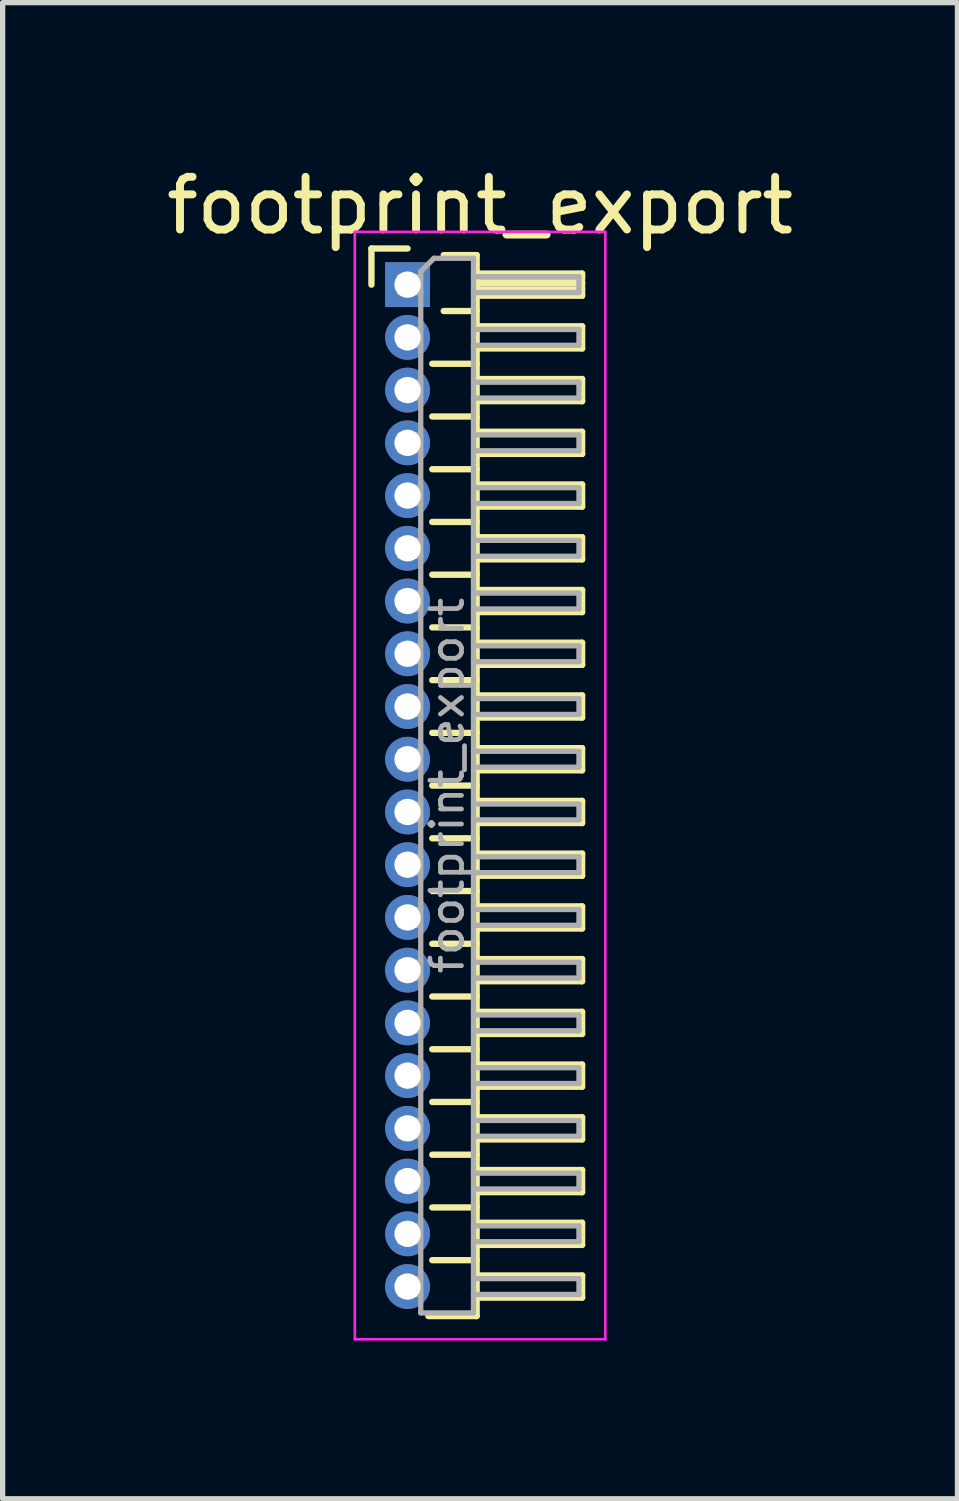
<source format=kicad_pcb>
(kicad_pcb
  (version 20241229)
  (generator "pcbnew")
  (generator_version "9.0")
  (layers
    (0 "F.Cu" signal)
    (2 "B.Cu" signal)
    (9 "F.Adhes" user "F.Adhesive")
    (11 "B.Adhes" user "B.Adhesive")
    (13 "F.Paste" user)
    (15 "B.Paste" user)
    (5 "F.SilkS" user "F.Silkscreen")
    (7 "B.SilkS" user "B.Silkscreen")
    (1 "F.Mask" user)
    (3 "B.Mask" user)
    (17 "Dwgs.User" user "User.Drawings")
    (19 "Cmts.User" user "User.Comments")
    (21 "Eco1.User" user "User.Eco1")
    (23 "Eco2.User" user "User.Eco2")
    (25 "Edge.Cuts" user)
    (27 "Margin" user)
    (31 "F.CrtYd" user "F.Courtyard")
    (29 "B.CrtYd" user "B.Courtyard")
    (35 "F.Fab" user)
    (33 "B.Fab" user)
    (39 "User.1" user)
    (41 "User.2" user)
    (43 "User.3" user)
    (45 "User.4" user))
  (footprint "footprint_export"
    (layer "F.Cu")
    (at 4.679 2.348)
    (property "Reference" "footprint_export" (at 1.375 -1.5 0) (layer "F.SilkS") (effects (font (size 1 1) (thickness 0.15))))
    (attr through_hole)
    (fp_line (start -0.685 -0.685) (end 0 -0.685) (stroke (width 0.12) (type solid)) (layer "F.SilkS"))
    (fp_line (start -0.685 0) (end -0.685 -0.685) (stroke (width 0.12) (type solid)) (layer "F.SilkS"))
    (fp_line (start 0.468 1.5) (end 1.31 1.5) (stroke (width 0.12) (type solid)) (layer "F.SilkS"))
    (fp_line (start 0.468 2.5) (end 1.31 2.5) (stroke (width 0.12) (type solid)) (layer "F.SilkS"))
    (fp_line (start 0.468 3.5) (end 1.31 3.5) (stroke (width 0.12) (type solid)) (layer "F.SilkS"))
    (fp_line (start 0.468 4.5) (end 1.31 4.5) (stroke (width 0.12) (type solid)) (layer "F.SilkS"))
    (fp_line (start 0.468 5.5) (end 1.31 5.5) (stroke (width 0.12) (type solid)) (layer "F.SilkS"))
    (fp_line (start 0.468 6.5) (end 1.31 6.5) (stroke (width 0.12) (type solid)) (layer "F.SilkS"))
    (fp_line (start 0.468 7.5) (end 1.31 7.5) (stroke (width 0.12) (type solid)) (layer "F.SilkS"))
    (fp_line (start 0.468 8.5) (end 1.31 8.5) (stroke (width 0.12) (type solid)) (layer "F.SilkS"))
    (fp_line (start 0.468 9.5) (end 1.31 9.5) (stroke (width 0.12) (type solid)) (layer "F.SilkS"))
    (fp_line (start 0.468 10.5) (end 1.31 10.5) (stroke (width 0.12) (type solid)) (layer "F.SilkS"))
    (fp_line (start 0.468 11.5) (end 1.31 11.5) (stroke (width 0.12) (type solid)) (layer "F.SilkS"))
    (fp_line (start 0.468 12.5) (end 1.31 12.5) (stroke (width 0.12) (type solid)) (layer "F.SilkS"))
    (fp_line (start 0.468 13.5) (end 1.31 13.5) (stroke (width 0.12) (type solid)) (layer "F.SilkS"))
    (fp_line (start 0.468 14.5) (end 1.31 14.5) (stroke (width 0.12) (type solid)) (layer "F.SilkS"))
    (fp_line (start 0.468 15.5) (end 1.31 15.5) (stroke (width 0.12) (type solid)) (layer "F.SilkS"))
    (fp_line (start 0.468 16.5) (end 1.31 16.5) (stroke (width 0.12) (type solid)) (layer "F.SilkS"))
    (fp_line (start 0.468 17.5) (end 1.31 17.5) (stroke (width 0.12) (type solid)) (layer "F.SilkS"))
    (fp_line (start 0.468 18.5) (end 1.31 18.5) (stroke (width 0.12) (type solid)) (layer "F.SilkS"))
    (fp_line (start 0.685 -0.56) (end 1.31 -0.56) (stroke (width 0.12) (type solid)) (layer "F.SilkS"))
    (fp_line (start 0.685 0.5) (end 1.31 0.5) (stroke (width 0.12) (type solid)) (layer "F.SilkS"))
    (fp_line (start 1.31 -0.56) (end 1.31 19.56) (stroke (width 0.12) (type solid)) (layer "F.SilkS"))
    (fp_line (start 1.31 -0.21) (end 3.31 -0.21) (stroke (width 0.12) (type solid)) (layer "F.SilkS"))
    (fp_line (start 1.31 -0.15) (end 3.31 -0.15) (stroke (width 0.12) (type solid)) (layer "F.SilkS"))
    (fp_line (start 1.31 -0.03) (end 3.31 -0.03) (stroke (width 0.12) (type solid)) (layer "F.SilkS"))
    (fp_line (start 1.31 0.09) (end 3.31 0.09) (stroke (width 0.12) (type solid)) (layer "F.SilkS"))
    (fp_line (start 1.31 0.79) (end 3.31 0.79) (stroke (width 0.12) (type solid)) (layer "F.SilkS"))
    (fp_line (start 1.31 1.79) (end 3.31 1.79) (stroke (width 0.12) (type solid)) (layer "F.SilkS"))
    (fp_line (start 1.31 2.79) (end 3.31 2.79) (stroke (width 0.12) (type solid)) (layer "F.SilkS"))
    (fp_line (start 1.31 3.79) (end 3.31 3.79) (stroke (width 0.12) (type solid)) (layer "F.SilkS"))
    (fp_line (start 1.31 4.79) (end 3.31 4.79) (stroke (width 0.12) (type solid)) (layer "F.SilkS"))
    (fp_line (start 1.31 5.79) (end 3.31 5.79) (stroke (width 0.12) (type solid)) (layer "F.SilkS"))
    (fp_line (start 1.31 6.79) (end 3.31 6.79) (stroke (width 0.12) (type solid)) (layer "F.SilkS"))
    (fp_line (start 1.31 7.79) (end 3.31 7.79) (stroke (width 0.12) (type solid)) (layer "F.SilkS"))
    (fp_line (start 1.31 8.79) (end 3.31 8.79) (stroke (width 0.12) (type solid)) (layer "F.SilkS"))
    (fp_line (start 1.31 9.79) (end 3.31 9.79) (stroke (width 0.12) (type solid)) (layer "F.SilkS"))
    (fp_line (start 1.31 10.79) (end 3.31 10.79) (stroke (width 0.12) (type solid)) (layer "F.SilkS"))
    (fp_line (start 1.31 11.79) (end 3.31 11.79) (stroke (width 0.12) (type solid)) (layer "F.SilkS"))
    (fp_line (start 1.31 12.79) (end 3.31 12.79) (stroke (width 0.12) (type solid)) (layer "F.SilkS"))
    (fp_line (start 1.31 13.79) (end 3.31 13.79) (stroke (width 0.12) (type solid)) (layer "F.SilkS"))
    (fp_line (start 1.31 14.79) (end 3.31 14.79) (stroke (width 0.12) (type solid)) (layer "F.SilkS"))
    (fp_line (start 1.31 15.79) (end 3.31 15.79) (stroke (width 0.12) (type solid)) (layer "F.SilkS"))
    (fp_line (start 1.31 16.79) (end 3.31 16.79) (stroke (width 0.12) (type solid)) (layer "F.SilkS"))
    (fp_line (start 1.31 17.79) (end 3.31 17.79) (stroke (width 0.12) (type solid)) (layer "F.SilkS"))
    (fp_line (start 1.31 18.79) (end 3.31 18.79) (stroke (width 0.12) (type solid)) (layer "F.SilkS"))
    (fp_line (start 1.31 19.56) (end 0.394 19.56) (stroke (width 0.12) (type solid)) (layer "F.SilkS"))
    (fp_line (start 3.31 -0.21) (end 3.31 0.21) (stroke (width 0.12) (type solid)) (layer "F.SilkS"))
    (fp_line (start 3.31 0.21) (end 1.31 0.21) (stroke (width 0.12) (type solid)) (layer "F.SilkS"))
    (fp_line (start 3.31 0.79) (end 3.31 1.21) (stroke (width 0.12) (type solid)) (layer "F.SilkS"))
    (fp_line (start 3.31 1.21) (end 1.31 1.21) (stroke (width 0.12) (type solid)) (layer "F.SilkS"))
    (fp_line (start 3.31 1.79) (end 3.31 2.21) (stroke (width 0.12) (type solid)) (layer "F.SilkS"))
    (fp_line (start 3.31 2.21) (end 1.31 2.21) (stroke (width 0.12) (type solid)) (layer "F.SilkS"))
    (fp_line (start 3.31 2.79) (end 3.31 3.21) (stroke (width 0.12) (type solid)) (layer "F.SilkS"))
    (fp_line (start 3.31 3.21) (end 1.31 3.21) (stroke (width 0.12) (type solid)) (layer "F.SilkS"))
    (fp_line (start 3.31 3.79) (end 3.31 4.21) (stroke (width 0.12) (type solid)) (layer "F.SilkS"))
    (fp_line (start 3.31 4.21) (end 1.31 4.21) (stroke (width 0.12) (type solid)) (layer "F.SilkS"))
    (fp_line (start 3.31 4.79) (end 3.31 5.21) (stroke (width 0.12) (type solid)) (layer "F.SilkS"))
    (fp_line (start 3.31 5.21) (end 1.31 5.21) (stroke (width 0.12) (type solid)) (layer "F.SilkS"))
    (fp_line (start 3.31 5.79) (end 3.31 6.21) (stroke (width 0.12) (type solid)) (layer "F.SilkS"))
    (fp_line (start 3.31 6.21) (end 1.31 6.21) (stroke (width 0.12) (type solid)) (layer "F.SilkS"))
    (fp_line (start 3.31 6.79) (end 3.31 7.21) (stroke (width 0.12) (type solid)) (layer "F.SilkS"))
    (fp_line (start 3.31 7.21) (end 1.31 7.21) (stroke (width 0.12) (type solid)) (layer "F.SilkS"))
    (fp_line (start 3.31 7.79) (end 3.31 8.21) (stroke (width 0.12) (type solid)) (layer "F.SilkS"))
    (fp_line (start 3.31 8.21) (end 1.31 8.21) (stroke (width 0.12) (type solid)) (layer "F.SilkS"))
    (fp_line (start 3.31 8.79) (end 3.31 9.21) (stroke (width 0.12) (type solid)) (layer "F.SilkS"))
    (fp_line (start 3.31 9.21) (end 1.31 9.21) (stroke (width 0.12) (type solid)) (layer "F.SilkS"))
    (fp_line (start 3.31 9.79) (end 3.31 10.21) (stroke (width 0.12) (type solid)) (layer "F.SilkS"))
    (fp_line (start 3.31 10.21) (end 1.31 10.21) (stroke (width 0.12) (type solid)) (layer "F.SilkS"))
    (fp_line (start 3.31 10.79) (end 3.31 11.21) (stroke (width 0.12) (type solid)) (layer "F.SilkS"))
    (fp_line (start 3.31 11.21) (end 1.31 11.21) (stroke (width 0.12) (type solid)) (layer "F.SilkS"))
    (fp_line (start 3.31 11.79) (end 3.31 12.21) (stroke (width 0.12) (type solid)) (layer "F.SilkS"))
    (fp_line (start 3.31 12.21) (end 1.31 12.21) (stroke (width 0.12) (type solid)) (layer "F.SilkS"))
    (fp_line (start 3.31 12.79) (end 3.31 13.21) (stroke (width 0.12) (type solid)) (layer "F.SilkS"))
    (fp_line (start 3.31 13.21) (end 1.31 13.21) (stroke (width 0.12) (type solid)) (layer "F.SilkS"))
    (fp_line (start 3.31 13.79) (end 3.31 14.21) (stroke (width 0.12) (type solid)) (layer "F.SilkS"))
    (fp_line (start 3.31 14.21) (end 1.31 14.21) (stroke (width 0.12) (type solid)) (layer "F.SilkS"))
    (fp_line (start 3.31 14.79) (end 3.31 15.21) (stroke (width 0.12) (type solid)) (layer "F.SilkS"))
    (fp_line (start 3.31 15.21) (end 1.31 15.21) (stroke (width 0.12) (type solid)) (layer "F.SilkS"))
    (fp_line (start 3.31 15.79) (end 3.31 16.21) (stroke (width 0.12) (type solid)) (layer "F.SilkS"))
    (fp_line (start 3.31 16.21) (end 1.31 16.21) (stroke (width 0.12) (type solid)) (layer "F.SilkS"))
    (fp_line (start 3.31 16.79) (end 3.31 17.21) (stroke (width 0.12) (type solid)) (layer "F.SilkS"))
    (fp_line (start 3.31 17.21) (end 1.31 17.21) (stroke (width 0.12) (type solid)) (layer "F.SilkS"))
    (fp_line (start 3.31 17.79) (end 3.31 18.21) (stroke (width 0.12) (type solid)) (layer "F.SilkS"))
    (fp_line (start 3.31 18.21) (end 1.31 18.21) (stroke (width 0.12) (type solid)) (layer "F.SilkS"))
    (fp_line (start 3.31 18.79) (end 3.31 19.21) (stroke (width 0.12) (type solid)) (layer "F.SilkS"))
    (fp_line (start 3.31 19.21) (end 1.31 19.21) (stroke (width 0.12) (type solid)) (layer "F.SilkS"))
    (fp_line (start -1 -1) (end -1 20) (stroke (width 0.05) (type solid)) (layer "F.CrtYd"))
    (fp_line (start -1 20) (end 3.75 20) (stroke (width 0.05) (type solid)) (layer "F.CrtYd"))
    (fp_line (start 3.75 -1) (end -1 -1) (stroke (width 0.05) (type solid)) (layer "F.CrtYd"))
    (fp_line (start 3.75 20) (end 3.75 -1) (stroke (width 0.05) (type solid)) (layer "F.CrtYd"))
    (fp_line (start -0.15 -0.15) (end -0.15 0.15) (stroke (width 0.1) (type solid)) (layer "F.Fab"))
    (fp_line (start -0.15 -0.15) (end 0.25 -0.15) (stroke (width 0.1) (type solid)) (layer "F.Fab"))
    (fp_line (start -0.15 0.15) (end 0.25 0.15) (stroke (width 0.1) (type solid)) (layer "F.Fab"))
    (fp_line (start -0.15 0.85) (end -0.15 1.15) (stroke (width 0.1) (type solid)) (layer "F.Fab"))
    (fp_line (start -0.15 0.85) (end 0.25 0.85) (stroke (width 0.1) (type solid)) (layer "F.Fab"))
    (fp_line (start -0.15 1.15) (end 0.25 1.15) (stroke (width 0.1) (type solid)) (layer "F.Fab"))
    (fp_line (start -0.15 1.85) (end -0.15 2.15) (stroke (width 0.1) (type solid)) (layer "F.Fab"))
    (fp_line (start -0.15 1.85) (end 0.25 1.85) (stroke (width 0.1) (type solid)) (layer "F.Fab"))
    (fp_line (start -0.15 2.15) (end 0.25 2.15) (stroke (width 0.1) (type solid)) (layer "F.Fab"))
    (fp_line (start -0.15 2.85) (end -0.15 3.15) (stroke (width 0.1) (type solid)) (layer "F.Fab"))
    (fp_line (start -0.15 2.85) (end 0.25 2.85) (stroke (width 0.1) (type solid)) (layer "F.Fab"))
    (fp_line (start -0.15 3.15) (end 0.25 3.15) (stroke (width 0.1) (type solid)) (layer "F.Fab"))
    (fp_line (start -0.15 3.85) (end -0.15 4.15) (stroke (width 0.1) (type solid)) (layer "F.Fab"))
    (fp_line (start -0.15 3.85) (end 0.25 3.85) (stroke (width 0.1) (type solid)) (layer "F.Fab"))
    (fp_line (start -0.15 4.15) (end 0.25 4.15) (stroke (width 0.1) (type solid)) (layer "F.Fab"))
    (fp_line (start -0.15 4.85) (end -0.15 5.15) (stroke (width 0.1) (type solid)) (layer "F.Fab"))
    (fp_line (start -0.15 4.85) (end 0.25 4.85) (stroke (width 0.1) (type solid)) (layer "F.Fab"))
    (fp_line (start -0.15 5.15) (end 0.25 5.15) (stroke (width 0.1) (type solid)) (layer "F.Fab"))
    (fp_line (start -0.15 5.85) (end -0.15 6.15) (stroke (width 0.1) (type solid)) (layer "F.Fab"))
    (fp_line (start -0.15 5.85) (end 0.25 5.85) (stroke (width 0.1) (type solid)) (layer "F.Fab"))
    (fp_line (start -0.15 6.15) (end 0.25 6.15) (stroke (width 0.1) (type solid)) (layer "F.Fab"))
    (fp_line (start -0.15 6.85) (end -0.15 7.15) (stroke (width 0.1) (type solid)) (layer "F.Fab"))
    (fp_line (start -0.15 6.85) (end 0.25 6.85) (stroke (width 0.1) (type solid)) (layer "F.Fab"))
    (fp_line (start -0.15 7.15) (end 0.25 7.15) (stroke (width 0.1) (type solid)) (layer "F.Fab"))
    (fp_line (start -0.15 7.85) (end -0.15 8.15) (stroke (width 0.1) (type solid)) (layer "F.Fab"))
    (fp_line (start -0.15 7.85) (end 0.25 7.85) (stroke (width 0.1) (type solid)) (layer "F.Fab"))
    (fp_line (start -0.15 8.15) (end 0.25 8.15) (stroke (width 0.1) (type solid)) (layer "F.Fab"))
    (fp_line (start -0.15 8.85) (end -0.15 9.15) (stroke (width 0.1) (type solid)) (layer "F.Fab"))
    (fp_line (start -0.15 8.85) (end 0.25 8.85) (stroke (width 0.1) (type solid)) (layer "F.Fab"))
    (fp_line (start -0.15 9.15) (end 0.25 9.15) (stroke (width 0.1) (type solid)) (layer "F.Fab"))
    (fp_line (start -0.15 9.85) (end -0.15 10.15) (stroke (width 0.1) (type solid)) (layer "F.Fab"))
    (fp_line (start -0.15 9.85) (end 0.25 9.85) (stroke (width 0.1) (type solid)) (layer "F.Fab"))
    (fp_line (start -0.15 10.15) (end 0.25 10.15) (stroke (width 0.1) (type solid)) (layer "F.Fab"))
    (fp_line (start -0.15 10.85) (end -0.15 11.15) (stroke (width 0.1) (type solid)) (layer "F.Fab"))
    (fp_line (start -0.15 10.85) (end 0.25 10.85) (stroke (width 0.1) (type solid)) (layer "F.Fab"))
    (fp_line (start -0.15 11.15) (end 0.25 11.15) (stroke (width 0.1) (type solid)) (layer "F.Fab"))
    (fp_line (start -0.15 11.85) (end -0.15 12.15) (stroke (width 0.1) (type solid)) (layer "F.Fab"))
    (fp_line (start -0.15 11.85) (end 0.25 11.85) (stroke (width 0.1) (type solid)) (layer "F.Fab"))
    (fp_line (start -0.15 12.15) (end 0.25 12.15) (stroke (width 0.1) (type solid)) (layer "F.Fab"))
    (fp_line (start -0.15 12.85) (end -0.15 13.15) (stroke (width 0.1) (type solid)) (layer "F.Fab"))
    (fp_line (start -0.15 12.85) (end 0.25 12.85) (stroke (width 0.1) (type solid)) (layer "F.Fab"))
    (fp_line (start -0.15 13.15) (end 0.25 13.15) (stroke (width 0.1) (type solid)) (layer "F.Fab"))
    (fp_line (start -0.15 13.85) (end -0.15 14.15) (stroke (width 0.1) (type solid)) (layer "F.Fab"))
    (fp_line (start -0.15 13.85) (end 0.25 13.85) (stroke (width 0.1) (type solid)) (layer "F.Fab"))
    (fp_line (start -0.15 14.15) (end 0.25 14.15) (stroke (width 0.1) (type solid)) (layer "F.Fab"))
    (fp_line (start -0.15 14.85) (end -0.15 15.15) (stroke (width 0.1) (type solid)) (layer "F.Fab"))
    (fp_line (start -0.15 14.85) (end 0.25 14.85) (stroke (width 0.1) (type solid)) (layer "F.Fab"))
    (fp_line (start -0.15 15.15) (end 0.25 15.15) (stroke (width 0.1) (type solid)) (layer "F.Fab"))
    (fp_line (start -0.15 15.85) (end -0.15 16.15) (stroke (width 0.1) (type solid)) (layer "F.Fab"))
    (fp_line (start -0.15 15.85) (end 0.25 15.85) (stroke (width 0.1) (type solid)) (layer "F.Fab"))
    (fp_line (start -0.15 16.15) (end 0.25 16.15) (stroke (width 0.1) (type solid)) (layer "F.Fab"))
    (fp_line (start -0.15 16.85) (end -0.15 17.15) (stroke (width 0.1) (type solid)) (layer "F.Fab"))
    (fp_line (start -0.15 16.85) (end 0.25 16.85) (stroke (width 0.1) (type solid)) (layer "F.Fab"))
    (fp_line (start -0.15 17.15) (end 0.25 17.15) (stroke (width 0.1) (type solid)) (layer "F.Fab"))
    (fp_line (start -0.15 17.85) (end -0.15 18.15) (stroke (width 0.1) (type solid)) (layer "F.Fab"))
    (fp_line (start -0.15 17.85) (end 0.25 17.85) (stroke (width 0.1) (type solid)) (layer "F.Fab"))
    (fp_line (start -0.15 18.15) (end 0.25 18.15) (stroke (width 0.1) (type solid)) (layer "F.Fab"))
    (fp_line (start -0.15 18.85) (end -0.15 19.15) (stroke (width 0.1) (type solid)) (layer "F.Fab"))
    (fp_line (start -0.15 18.85) (end 0.25 18.85) (stroke (width 0.1) (type solid)) (layer "F.Fab"))
    (fp_line (start -0.15 19.15) (end 0.25 19.15) (stroke (width 0.1) (type solid)) (layer "F.Fab"))
    (fp_line (start 0.25 -0.25) (end 0.5 -0.5) (stroke (width 0.1) (type solid)) (layer "F.Fab"))
    (fp_line (start 0.25 19.5) (end 0.25 -0.25) (stroke (width 0.1) (type solid)) (layer "F.Fab"))
    (fp_line (start 0.5 -0.5) (end 1.25 -0.5) (stroke (width 0.1) (type solid)) (layer "F.Fab"))
    (fp_line (start 1.25 -0.5) (end 1.25 19.5) (stroke (width 0.1) (type solid)) (layer "F.Fab"))
    (fp_line (start 1.25 -0.15) (end 3.25 -0.15) (stroke (width 0.1) (type solid)) (layer "F.Fab"))
    (fp_line (start 1.25 0.15) (end 3.25 0.15) (stroke (width 0.1) (type solid)) (layer "F.Fab"))
    (fp_line (start 1.25 0.85) (end 3.25 0.85) (stroke (width 0.1) (type solid)) (layer "F.Fab"))
    (fp_line (start 1.25 1.15) (end 3.25 1.15) (stroke (width 0.1) (type solid)) (layer "F.Fab"))
    (fp_line (start 1.25 1.85) (end 3.25 1.85) (stroke (width 0.1) (type solid)) (layer "F.Fab"))
    (fp_line (start 1.25 2.15) (end 3.25 2.15) (stroke (width 0.1) (type solid)) (layer "F.Fab"))
    (fp_line (start 1.25 2.85) (end 3.25 2.85) (stroke (width 0.1) (type solid)) (layer "F.Fab"))
    (fp_line (start 1.25 3.15) (end 3.25 3.15) (stroke (width 0.1) (type solid)) (layer "F.Fab"))
    (fp_line (start 1.25 3.85) (end 3.25 3.85) (stroke (width 0.1) (type solid)) (layer "F.Fab"))
    (fp_line (start 1.25 4.15) (end 3.25 4.15) (stroke (width 0.1) (type solid)) (layer "F.Fab"))
    (fp_line (start 1.25 4.85) (end 3.25 4.85) (stroke (width 0.1) (type solid)) (layer "F.Fab"))
    (fp_line (start 1.25 5.15) (end 3.25 5.15) (stroke (width 0.1) (type solid)) (layer "F.Fab"))
    (fp_line (start 1.25 5.85) (end 3.25 5.85) (stroke (width 0.1) (type solid)) (layer "F.Fab"))
    (fp_line (start 1.25 6.15) (end 3.25 6.15) (stroke (width 0.1) (type solid)) (layer "F.Fab"))
    (fp_line (start 1.25 6.85) (end 3.25 6.85) (stroke (width 0.1) (type solid)) (layer "F.Fab"))
    (fp_line (start 1.25 7.15) (end 3.25 7.15) (stroke (width 0.1) (type solid)) (layer "F.Fab"))
    (fp_line (start 1.25 7.85) (end 3.25 7.85) (stroke (width 0.1) (type solid)) (layer "F.Fab"))
    (fp_line (start 1.25 8.15) (end 3.25 8.15) (stroke (width 0.1) (type solid)) (layer "F.Fab"))
    (fp_line (start 1.25 8.85) (end 3.25 8.85) (stroke (width 0.1) (type solid)) (layer "F.Fab"))
    (fp_line (start 1.25 9.15) (end 3.25 9.15) (stroke (width 0.1) (type solid)) (layer "F.Fab"))
    (fp_line (start 1.25 9.85) (end 3.25 9.85) (stroke (width 0.1) (type solid)) (layer "F.Fab"))
    (fp_line (start 1.25 10.15) (end 3.25 10.15) (stroke (width 0.1) (type solid)) (layer "F.Fab"))
    (fp_line (start 1.25 10.85) (end 3.25 10.85) (stroke (width 0.1) (type solid)) (layer "F.Fab"))
    (fp_line (start 1.25 11.15) (end 3.25 11.15) (stroke (width 0.1) (type solid)) (layer "F.Fab"))
    (fp_line (start 1.25 11.85) (end 3.25 11.85) (stroke (width 0.1) (type solid)) (layer "F.Fab"))
    (fp_line (start 1.25 12.15) (end 3.25 12.15) (stroke (width 0.1) (type solid)) (layer "F.Fab"))
    (fp_line (start 1.25 12.85) (end 3.25 12.85) (stroke (width 0.1) (type solid)) (layer "F.Fab"))
    (fp_line (start 1.25 13.15) (end 3.25 13.15) (stroke (width 0.1) (type solid)) (layer "F.Fab"))
    (fp_line (start 1.25 13.85) (end 3.25 13.85) (stroke (width 0.1) (type solid)) (layer "F.Fab"))
    (fp_line (start 1.25 14.15) (end 3.25 14.15) (stroke (width 0.1) (type solid)) (layer "F.Fab"))
    (fp_line (start 1.25 14.85) (end 3.25 14.85) (stroke (width 0.1) (type solid)) (layer "F.Fab"))
    (fp_line (start 1.25 15.15) (end 3.25 15.15) (stroke (width 0.1) (type solid)) (layer "F.Fab"))
    (fp_line (start 1.25 15.85) (end 3.25 15.85) (stroke (width 0.1) (type solid)) (layer "F.Fab"))
    (fp_line (start 1.25 16.15) (end 3.25 16.15) (stroke (width 0.1) (type solid)) (layer "F.Fab"))
    (fp_line (start 1.25 16.85) (end 3.25 16.85) (stroke (width 0.1) (type solid)) (layer "F.Fab"))
    (fp_line (start 1.25 17.15) (end 3.25 17.15) (stroke (width 0.1) (type solid)) (layer "F.Fab"))
    (fp_line (start 1.25 17.85) (end 3.25 17.85) (stroke (width 0.1) (type solid)) (layer "F.Fab"))
    (fp_line (start 1.25 18.15) (end 3.25 18.15) (stroke (width 0.1) (type solid)) (layer "F.Fab"))
    (fp_line (start 1.25 18.85) (end 3.25 18.85) (stroke (width 0.1) (type solid)) (layer "F.Fab"))
    (fp_line (start 1.25 19.15) (end 3.25 19.15) (stroke (width 0.1) (type solid)) (layer "F.Fab"))
    (fp_line (start 1.25 19.5) (end 0.25 19.5) (stroke (width 0.1) (type solid)) (layer "F.Fab"))
    (fp_line (start 3.25 -0.15) (end 3.25 0.15) (stroke (width 0.1) (type solid)) (layer "F.Fab"))
    (fp_line (start 3.25 0.85) (end 3.25 1.15) (stroke (width 0.1) (type solid)) (layer "F.Fab"))
    (fp_line (start 3.25 1.85) (end 3.25 2.15) (stroke (width 0.1) (type solid)) (layer "F.Fab"))
    (fp_line (start 3.25 2.85) (end 3.25 3.15) (stroke (width 0.1) (type solid)) (layer "F.Fab"))
    (fp_line (start 3.25 3.85) (end 3.25 4.15) (stroke (width 0.1) (type solid)) (layer "F.Fab"))
    (fp_line (start 3.25 4.85) (end 3.25 5.15) (stroke (width 0.1) (type solid)) (layer "F.Fab"))
    (fp_line (start 3.25 5.85) (end 3.25 6.15) (stroke (width 0.1) (type solid)) (layer "F.Fab"))
    (fp_line (start 3.25 6.85) (end 3.25 7.15) (stroke (width 0.1) (type solid)) (layer "F.Fab"))
    (fp_line (start 3.25 7.85) (end 3.25 8.15) (stroke (width 0.1) (type solid)) (layer "F.Fab"))
    (fp_line (start 3.25 8.85) (end 3.25 9.15) (stroke (width 0.1) (type solid)) (layer "F.Fab"))
    (fp_line (start 3.25 9.85) (end 3.25 10.15) (stroke (width 0.1) (type solid)) (layer "F.Fab"))
    (fp_line (start 3.25 10.85) (end 3.25 11.15) (stroke (width 0.1) (type solid)) (layer "F.Fab"))
    (fp_line (start 3.25 11.85) (end 3.25 12.15) (stroke (width 0.1) (type solid)) (layer "F.Fab"))
    (fp_line (start 3.25 12.85) (end 3.25 13.15) (stroke (width 0.1) (type solid)) (layer "F.Fab"))
    (fp_line (start 3.25 13.85) (end 3.25 14.15) (stroke (width 0.1) (type solid)) (layer "F.Fab"))
    (fp_line (start 3.25 14.85) (end 3.25 15.15) (stroke (width 0.1) (type solid)) (layer "F.Fab"))
    (fp_line (start 3.25 15.85) (end 3.25 16.15) (stroke (width 0.1) (type solid)) (layer "F.Fab"))
    (fp_line (start 3.25 16.85) (end 3.25 17.15) (stroke (width 0.1) (type solid)) (layer "F.Fab"))
    (fp_line (start 3.25 17.85) (end 3.25 18.15) (stroke (width 0.1) (type solid)) (layer "F.Fab"))
    (fp_line (start 3.25 18.85) (end 3.25 19.15) (stroke (width 0.1) (type solid)) (layer "F.Fab"))
    (fp_text user "${REFERENCE}" (at 0.75 9.5 90) (layer "F.Fab") (effects (font (size 0.6 0.6) (thickness 0.09))))
    (pad "1" thru_hole rect (at 0 0) (size 0.85 0.85) (drill 0.5) (layers "*.Cu" "*.Mask"))
    (pad "2" thru_hole oval (at 0 1) (size 0.85 0.85) (drill 0.5) (layers "*.Cu" "*.Mask"))
    (pad "3" thru_hole oval (at 0 2) (size 0.85 0.85) (drill 0.5) (layers "*.Cu" "*.Mask"))
    (pad "4" thru_hole oval (at 0 3) (size 0.85 0.85) (drill 0.5) (layers "*.Cu" "*.Mask"))
    (pad "5" thru_hole oval (at 0 4) (size 0.85 0.85) (drill 0.5) (layers "*.Cu" "*.Mask"))
    (pad "6" thru_hole oval (at 0 5) (size 0.85 0.85) (drill 0.5) (layers "*.Cu" "*.Mask"))
    (pad "7" thru_hole oval (at 0 6) (size 0.85 0.85) (drill 0.5) (layers "*.Cu" "*.Mask"))
    (pad "8" thru_hole oval (at 0 7) (size 0.85 0.85) (drill 0.5) (layers "*.Cu" "*.Mask"))
    (pad "9" thru_hole oval (at 0 8) (size 0.85 0.85) (drill 0.5) (layers "*.Cu" "*.Mask"))
    (pad "10" thru_hole oval (at 0 9) (size 0.85 0.85) (drill 0.5) (layers "*.Cu" "*.Mask"))
    (pad "11" thru_hole oval (at 0 10) (size 0.85 0.85) (drill 0.5) (layers "*.Cu" "*.Mask"))
    (pad "12" thru_hole oval (at 0 11) (size 0.85 0.85) (drill 0.5) (layers "*.Cu" "*.Mask"))
    (pad "13" thru_hole oval (at 0 12) (size 0.85 0.85) (drill 0.5) (layers "*.Cu" "*.Mask"))
    (pad "14" thru_hole oval (at 0 13) (size 0.85 0.85) (drill 0.5) (layers "*.Cu" "*.Mask"))
    (pad "15" thru_hole oval (at 0 14) (size 0.85 0.85) (drill 0.5) (layers "*.Cu" "*.Mask"))
    (pad "16" thru_hole oval (at 0 15) (size 0.85 0.85) (drill 0.5) (layers "*.Cu" "*.Mask"))
    (pad "17" thru_hole oval (at 0 16) (size 0.85 0.85) (drill 0.5) (layers "*.Cu" "*.Mask"))
    (pad "18" thru_hole oval (at 0 17) (size 0.85 0.85) (drill 0.5) (layers "*.Cu" "*.Mask"))
    (pad "19" thru_hole oval (at 0 18) (size 0.85 0.85) (drill 0.5) (layers "*.Cu" "*.Mask"))
    (pad "20" thru_hole oval (at 0 19) (size 0.85 0.85) (drill 0.5) (layers "*.Cu" "*.Mask")))
  (gr_rect
    (start -3 -3)
    (end 15.107 25.373)
    (stroke (width 0.1) (type default))
    (fill no)
    (layer "Edge.Cuts")))
</source>
